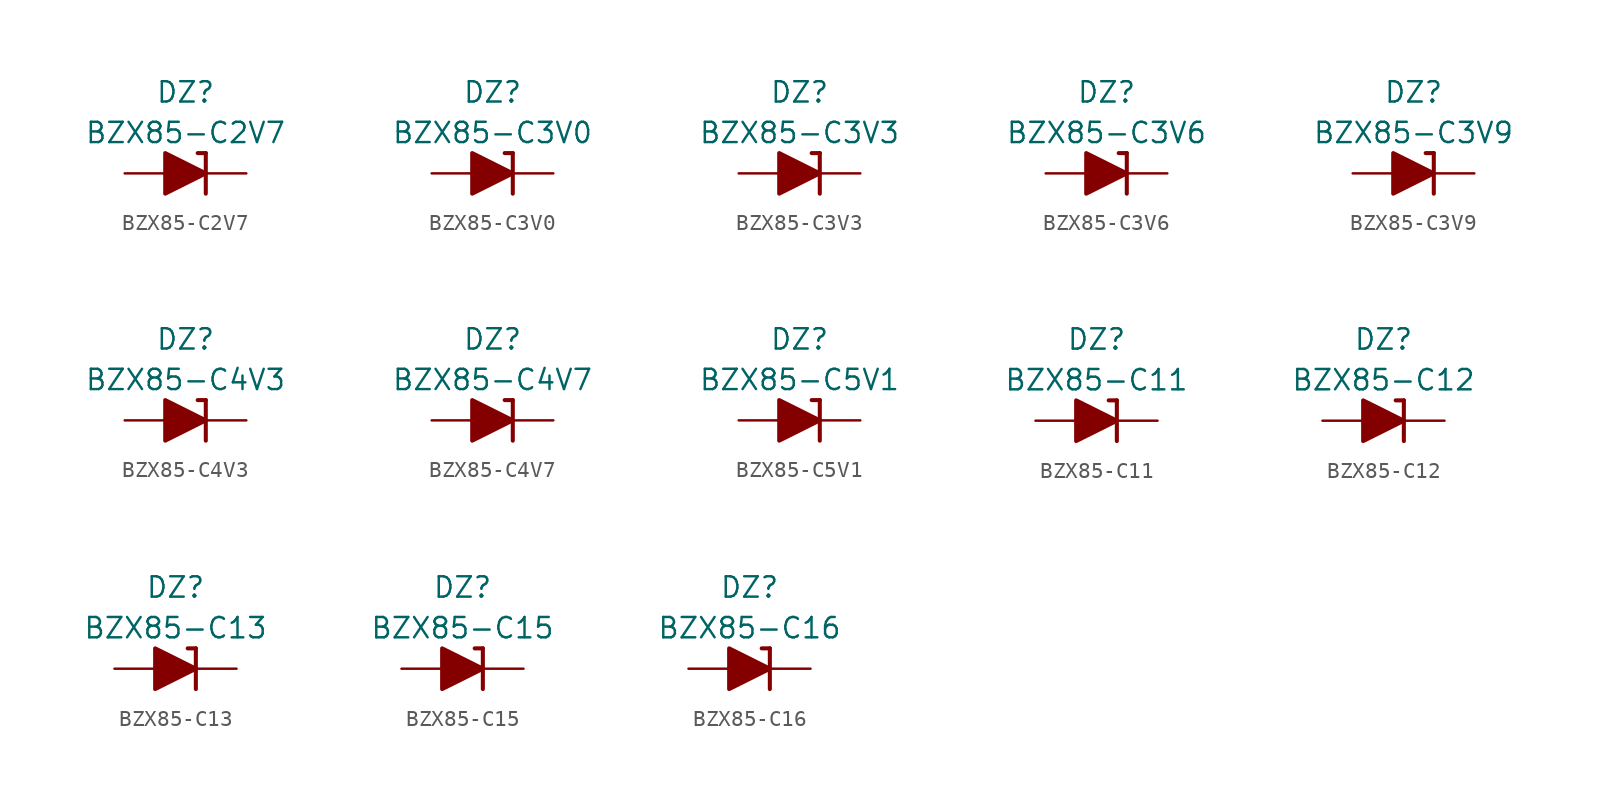
<source format=kicad_sym>
(kicad_symbol_lib
  (version 20201005)
  (generator kicad_symbol_editor)
  (symbol "Diode_Zener_AKL:BZX85-C2V7"
    (pin_numbers hide)
    (pin_names
      (offset 1.016) hide)
    (property "Reference" "DZ"
      (at 0 5.08 0)
      (effects (font (size 1.27 1.27))))
    (property "Value" "BZX85-C2V7"
      (at 0 2.54 0)
      (effects (font (size 1.27 1.27))))
    (symbol "BZX85-C2V7_0_1"
      (polyline (pts (xy -1.27 0) (xy 1.27 0)) (stroke (width 0)) (fill (type none)))
      (polyline (pts (xy 1.27 1.27) (xy 0.762 1.27)) (stroke (width 0.254)) (fill (type none)))
      (polyline (pts (xy 1.27 1.27) (xy 1.27 -1.27)) (stroke (width 0.254)) (fill (type none)))
      (polyline (pts (xy -1.27 -1.27) (xy -1.27 1.27) (xy 1.27 0) (xy -1.27 -1.27)) (stroke (width 0.254)) (fill (type outline))))
    (symbol "BZX85-C2V7_1_1"
      (pin passive line (at 3.81 0 180) (length 2.54) (name "K" (effects (font (size 1.27 1.27)))) (number "1" (effects (font (size 1.27 1.27)))))
      (pin passive line (at -3.81 0 0) (length 2.54) (name "A" (effects (font (size 1.27 1.27)))) (number "2" (effects (font (size 1.27 1.27)))))))
  (symbol "Diode_Zener_AKL:BZX85-C3V0"
    (pin_numbers hide)
    (pin_names
      (offset 1.016) hide)
    (property "Reference" "DZ"
      (at 0 5.08 0)
      (effects (font (size 1.27 1.27))))
    (property "Value" "BZX85-C3V0"
      (at 0 2.54 0)
      (effects (font (size 1.27 1.27))))
    (symbol "BZX85-C3V0_0_1"
      (polyline (pts (xy -1.27 0) (xy 1.27 0)) (stroke (width 0)) (fill (type none)))
      (polyline (pts (xy 1.27 1.27) (xy 0.762 1.27)) (stroke (width 0.254)) (fill (type none)))
      (polyline (pts (xy 1.27 1.27) (xy 1.27 -1.27)) (stroke (width 0.254)) (fill (type none)))
      (polyline (pts (xy -1.27 -1.27) (xy -1.27 1.27) (xy 1.27 0) (xy -1.27 -1.27)) (stroke (width 0.254)) (fill (type outline))))
    (symbol "BZX85-C3V0_1_1"
      (pin passive line (at 3.81 0 180) (length 2.54) (name "K" (effects (font (size 1.27 1.27)))) (number "1" (effects (font (size 1.27 1.27)))))
      (pin passive line (at -3.81 0 0) (length 2.54) (name "A" (effects (font (size 1.27 1.27)))) (number "2" (effects (font (size 1.27 1.27)))))))
  (symbol "Diode_Zener_AKL:BZX85-C3V3"
    (pin_numbers hide)
    (pin_names
      (offset 1.016) hide)
    (property "Reference" "DZ"
      (at 0 5.08 0)
      (effects (font (size 1.27 1.27))))
    (property "Value" "BZX85-C3V3"
      (at 0 2.54 0)
      (effects (font (size 1.27 1.27))))
    (symbol "BZX85-C3V3_0_1"
      (polyline (pts (xy -1.27 0) (xy 1.27 0)) (stroke (width 0)) (fill (type none)))
      (polyline (pts (xy 1.27 1.27) (xy 0.762 1.27)) (stroke (width 0.254)) (fill (type none)))
      (polyline (pts (xy 1.27 1.27) (xy 1.27 -1.27)) (stroke (width 0.254)) (fill (type none)))
      (polyline (pts (xy -1.27 -1.27) (xy -1.27 1.27) (xy 1.27 0) (xy -1.27 -1.27)) (stroke (width 0.254)) (fill (type outline))))
    (symbol "BZX85-C3V3_1_1"
      (pin passive line (at 3.81 0 180) (length 2.54) (name "K" (effects (font (size 1.27 1.27)))) (number "1" (effects (font (size 1.27 1.27)))))
      (pin passive line (at -3.81 0 0) (length 2.54) (name "A" (effects (font (size 1.27 1.27)))) (number "2" (effects (font (size 1.27 1.27)))))))
  (symbol "Diode_Zener_AKL:BZX85-C3V6"
    (pin_numbers hide)
    (pin_names
      (offset 1.016) hide)
    (property "Reference" "DZ"
      (at 0 5.08 0)
      (effects (font (size 1.27 1.27))))
    (property "Value" "BZX85-C3V6"
      (at 0 2.54 0)
      (effects (font (size 1.27 1.27))))
    (symbol "BZX85-C3V6_0_1"
      (polyline (pts (xy -1.27 0) (xy 1.27 0)) (stroke (width 0)) (fill (type none)))
      (polyline (pts (xy 1.27 1.27) (xy 0.762 1.27)) (stroke (width 0.254)) (fill (type none)))
      (polyline (pts (xy 1.27 1.27) (xy 1.27 -1.27)) (stroke (width 0.254)) (fill (type none)))
      (polyline (pts (xy -1.27 -1.27) (xy -1.27 1.27) (xy 1.27 0) (xy -1.27 -1.27)) (stroke (width 0.254)) (fill (type outline))))
    (symbol "BZX85-C3V6_1_1"
      (pin passive line (at 3.81 0 180) (length 2.54) (name "K" (effects (font (size 1.27 1.27)))) (number "1" (effects (font (size 1.27 1.27)))))
      (pin passive line (at -3.81 0 0) (length 2.54) (name "A" (effects (font (size 1.27 1.27)))) (number "2" (effects (font (size 1.27 1.27)))))))
  (symbol "Diode_Zener_AKL:BZX85-C3V9"
    (pin_numbers hide)
    (pin_names
      (offset 1.016) hide)
    (property "Reference" "DZ"
      (at 0 5.08 0)
      (effects (font (size 1.27 1.27))))
    (property "Value" "BZX85-C3V9"
      (at 0 2.54 0)
      (effects (font (size 1.27 1.27))))
    (symbol "BZX85-C3V9_0_1"
      (polyline (pts (xy -1.27 0) (xy 1.27 0)) (stroke (width 0)) (fill (type none)))
      (polyline (pts (xy 1.27 1.27) (xy 0.762 1.27)) (stroke (width 0.254)) (fill (type none)))
      (polyline (pts (xy 1.27 1.27) (xy 1.27 -1.27)) (stroke (width 0.254)) (fill (type none)))
      (polyline (pts (xy -1.27 -1.27) (xy -1.27 1.27) (xy 1.27 0) (xy -1.27 -1.27)) (stroke (width 0.254)) (fill (type outline))))
    (symbol "BZX85-C3V9_1_1"
      (pin passive line (at 3.81 0 180) (length 2.54) (name "K" (effects (font (size 1.27 1.27)))) (number "1" (effects (font (size 1.27 1.27)))))
      (pin passive line (at -3.81 0 0) (length 2.54) (name "A" (effects (font (size 1.27 1.27)))) (number "2" (effects (font (size 1.27 1.27)))))))
  (symbol "Diode_Zener_AKL:BZX85-C4V3"
    (pin_numbers hide)
    (pin_names
      (offset 1.016) hide)
    (property "Reference" "DZ"
      (at 0 5.08 0)
      (effects (font (size 1.27 1.27))))
    (property "Value" "BZX85-C4V3"
      (at 0 2.54 0)
      (effects (font (size 1.27 1.27))))
    (symbol "BZX85-C4V3_0_1"
      (polyline (pts (xy -1.27 0) (xy 1.27 0)) (stroke (width 0)) (fill (type none)))
      (polyline (pts (xy 1.27 1.27) (xy 0.762 1.27)) (stroke (width 0.254)) (fill (type none)))
      (polyline (pts (xy 1.27 1.27) (xy 1.27 -1.27)) (stroke (width 0.254)) (fill (type none)))
      (polyline (pts (xy -1.27 -1.27) (xy -1.27 1.27) (xy 1.27 0) (xy -1.27 -1.27)) (stroke (width 0.254)) (fill (type outline))))
    (symbol "BZX85-C4V3_1_1"
      (pin passive line (at 3.81 0 180) (length 2.54) (name "K" (effects (font (size 1.27 1.27)))) (number "1" (effects (font (size 1.27 1.27)))))
      (pin passive line (at -3.81 0 0) (length 2.54) (name "A" (effects (font (size 1.27 1.27)))) (number "2" (effects (font (size 1.27 1.27)))))))
  (symbol "Diode_Zener_AKL:BZX85-C4V7"
    (pin_numbers hide)
    (pin_names
      (offset 1.016) hide)
    (property "Reference" "DZ"
      (at 0 5.08 0)
      (effects (font (size 1.27 1.27))))
    (property "Value" "BZX85-C4V7"
      (at 0 2.54 0)
      (effects (font (size 1.27 1.27))))
    (symbol "BZX85-C4V7_0_1"
      (polyline (pts (xy -1.27 0) (xy 1.27 0)) (stroke (width 0)) (fill (type none)))
      (polyline (pts (xy 1.27 1.27) (xy 0.762 1.27)) (stroke (width 0.254)) (fill (type none)))
      (polyline (pts (xy 1.27 1.27) (xy 1.27 -1.27)) (stroke (width 0.254)) (fill (type none)))
      (polyline (pts (xy -1.27 -1.27) (xy -1.27 1.27) (xy 1.27 0) (xy -1.27 -1.27)) (stroke (width 0.254)) (fill (type outline))))
    (symbol "BZX85-C4V7_1_1"
      (pin passive line (at 3.81 0 180) (length 2.54) (name "K" (effects (font (size 1.27 1.27)))) (number "1" (effects (font (size 1.27 1.27)))))
      (pin passive line (at -3.81 0 0) (length 2.54) (name "A" (effects (font (size 1.27 1.27)))) (number "2" (effects (font (size 1.27 1.27)))))))
  (symbol "Diode_Zener_AKL:BZX85-C5V1"
    (pin_numbers hide)
    (pin_names
      (offset 1.016) hide)
    (property "Reference" "DZ"
      (at 0 5.08 0)
      (effects (font (size 1.27 1.27))))
    (property "Value" "BZX85-C5V1"
      (at 0 2.54 0)
      (effects (font (size 1.27 1.27))))
    (symbol "BZX85-C5V1_0_1"
      (polyline (pts (xy -1.27 0) (xy 1.27 0)) (stroke (width 0)) (fill (type none)))
      (polyline (pts (xy 1.27 1.27) (xy 0.762 1.27)) (stroke (width 0.254)) (fill (type none)))
      (polyline (pts (xy 1.27 1.27) (xy 1.27 -1.27)) (stroke (width 0.254)) (fill (type none)))
      (polyline (pts (xy -1.27 -1.27) (xy -1.27 1.27) (xy 1.27 0) (xy -1.27 -1.27)) (stroke (width 0.254)) (fill (type outline))))
    (symbol "BZX85-C5V1_1_1"
      (pin passive line (at 3.81 0 180) (length 2.54) (name "K" (effects (font (size 1.27 1.27)))) (number "1" (effects (font (size 1.27 1.27)))))
      (pin passive line (at -3.81 0 0) (length 2.54) (name "A" (effects (font (size 1.27 1.27)))) (number "2" (effects (font (size 1.27 1.27)))))))
  (symbol "Diode_Zener_AKL:BZX85-C11"
    (pin_numbers hide)
    (pin_names
      (offset 1.016) hide)
    (property "Reference" "DZ"
      (at 0 5.08 0)
      (effects (font (size 1.27 1.27))))
    (property "Value" "BZX85-C11"
      (at 0 2.54 0)
      (effects (font (size 1.27 1.27))))
    (symbol "BZX85-C11_0_1"
      (polyline (pts (xy -1.27 0) (xy 1.27 0)) (stroke (width 0)) (fill (type none)))
      (polyline (pts (xy 1.27 1.27) (xy 0.762 1.27)) (stroke (width 0.254)) (fill (type none)))
      (polyline (pts (xy 1.27 1.27) (xy 1.27 -1.27)) (stroke (width 0.254)) (fill (type none)))
      (polyline (pts (xy -1.27 -1.27) (xy -1.27 1.27) (xy 1.27 0) (xy -1.27 -1.27)) (stroke (width 0.254)) (fill (type outline))))
    (symbol "BZX85-C11_1_1"
      (pin passive line (at 3.81 0 180) (length 2.54) (name "K" (effects (font (size 1.27 1.27)))) (number "1" (effects (font (size 1.27 1.27)))))
      (pin passive line (at -3.81 0 0) (length 2.54) (name "A" (effects (font (size 1.27 1.27)))) (number "2" (effects (font (size 1.27 1.27)))))))
  (symbol "Diode_Zener_AKL:BZX85-C12"
    (pin_numbers hide)
    (pin_names
      (offset 1.016) hide)
    (property "Reference" "DZ"
      (at 0 5.08 0)
      (effects (font (size 1.27 1.27))))
    (property "Value" "BZX85-C12"
      (at 0 2.54 0)
      (effects (font (size 1.27 1.27))))
    (symbol "BZX85-C12_0_1"
      (polyline (pts (xy -1.27 0) (xy 1.27 0)) (stroke (width 0)) (fill (type none)))
      (polyline (pts (xy 1.27 1.27) (xy 0.762 1.27)) (stroke (width 0.254)) (fill (type none)))
      (polyline (pts (xy 1.27 1.27) (xy 1.27 -1.27)) (stroke (width 0.254)) (fill (type none)))
      (polyline (pts (xy -1.27 -1.27) (xy -1.27 1.27) (xy 1.27 0) (xy -1.27 -1.27)) (stroke (width 0.254)) (fill (type outline))))
    (symbol "BZX85-C12_1_1"
      (pin passive line (at 3.81 0 180) (length 2.54) (name "K" (effects (font (size 1.27 1.27)))) (number "1" (effects (font (size 1.27 1.27)))))
      (pin passive line (at -3.81 0 0) (length 2.54) (name "A" (effects (font (size 1.27 1.27)))) (number "2" (effects (font (size 1.27 1.27)))))))
  (symbol "Diode_Zener_AKL:BZX85-C13"
    (pin_numbers hide)
    (pin_names
      (offset 1.016) hide)
    (property "Reference" "DZ"
      (at 0 5.08 0)
      (effects (font (size 1.27 1.27))))
    (property "Value" "BZX85-C13"
      (at 0 2.54 0)
      (effects (font (size 1.27 1.27))))
    (symbol "BZX85-C13_0_1"
      (polyline (pts (xy -1.27 0) (xy 1.27 0)) (stroke (width 0)) (fill (type none)))
      (polyline (pts (xy 1.27 1.27) (xy 0.762 1.27)) (stroke (width 0.254)) (fill (type none)))
      (polyline (pts (xy 1.27 1.27) (xy 1.27 -1.27)) (stroke (width 0.254)) (fill (type none)))
      (polyline (pts (xy -1.27 -1.27) (xy -1.27 1.27) (xy 1.27 0) (xy -1.27 -1.27)) (stroke (width 0.254)) (fill (type outline))))
    (symbol "BZX85-C13_1_1"
      (pin passive line (at 3.81 0 180) (length 2.54) (name "K" (effects (font (size 1.27 1.27)))) (number "1" (effects (font (size 1.27 1.27)))))
      (pin passive line (at -3.81 0 0) (length 2.54) (name "A" (effects (font (size 1.27 1.27)))) (number "2" (effects (font (size 1.27 1.27)))))))
  (symbol "Diode_Zener_AKL:BZX85-C15"
    (pin_numbers hide)
    (pin_names
      (offset 1.016) hide)
    (property "Reference" "DZ"
      (at 0 5.08 0)
      (effects (font (size 1.27 1.27))))
    (property "Value" "BZX85-C15"
      (at 0 2.54 0)
      (effects (font (size 1.27 1.27))))
    (symbol "BZX85-C15_0_1"
      (polyline (pts (xy -1.27 0) (xy 1.27 0)) (stroke (width 0)) (fill (type none)))
      (polyline (pts (xy 1.27 1.27) (xy 0.762 1.27)) (stroke (width 0.254)) (fill (type none)))
      (polyline (pts (xy 1.27 1.27) (xy 1.27 -1.27)) (stroke (width 0.254)) (fill (type none)))
      (polyline (pts (xy -1.27 -1.27) (xy -1.27 1.27) (xy 1.27 0) (xy -1.27 -1.27)) (stroke (width 0.254)) (fill (type outline))))
    (symbol "BZX85-C15_1_1"
      (pin passive line (at 3.81 0 180) (length 2.54) (name "K" (effects (font (size 1.27 1.27)))) (number "1" (effects (font (size 1.27 1.27)))))
      (pin passive line (at -3.81 0 0) (length 2.54) (name "A" (effects (font (size 1.27 1.27)))) (number "2" (effects (font (size 1.27 1.27)))))))
  (symbol "Diode_Zener_AKL:BZX85-C16"
    (pin_numbers hide)
    (pin_names
      (offset 1.016) hide)
    (property "Reference" "DZ"
      (at 0 5.08 0)
      (effects (font (size 1.27 1.27))))
    (property "Value" "BZX85-C16"
      (at 0 2.54 0)
      (effects (font (size 1.27 1.27))))
    (symbol "BZX85-C16_0_1"
      (polyline (pts (xy -1.27 0) (xy 1.27 0)) (stroke (width 0)) (fill (type none)))
      (polyline (pts (xy 1.27 1.27) (xy 0.762 1.27)) (stroke (width 0.254)) (fill (type none)))
      (polyline (pts (xy 1.27 1.27) (xy 1.27 -1.27)) (stroke (width 0.254)) (fill (type none)))
      (polyline (pts (xy -1.27 -1.27) (xy -1.27 1.27) (xy 1.27 0) (xy -1.27 -1.27)) (stroke (width 0.254)) (fill (type outline))))
    (symbol "BZX85-C16_1_1"
      (pin passive line (at 3.81 0 180) (length 2.54) (name "K" (effects (font (size 1.27 1.27)))) (number "1" (effects (font (size 1.27 1.27)))))
      (pin passive line (at -3.81 0 0) (length 2.54) (name "A" (effects (font (size 1.27 1.27)))) (number "2" (effects (font (size 1.27 1.27))))))))
</source>
